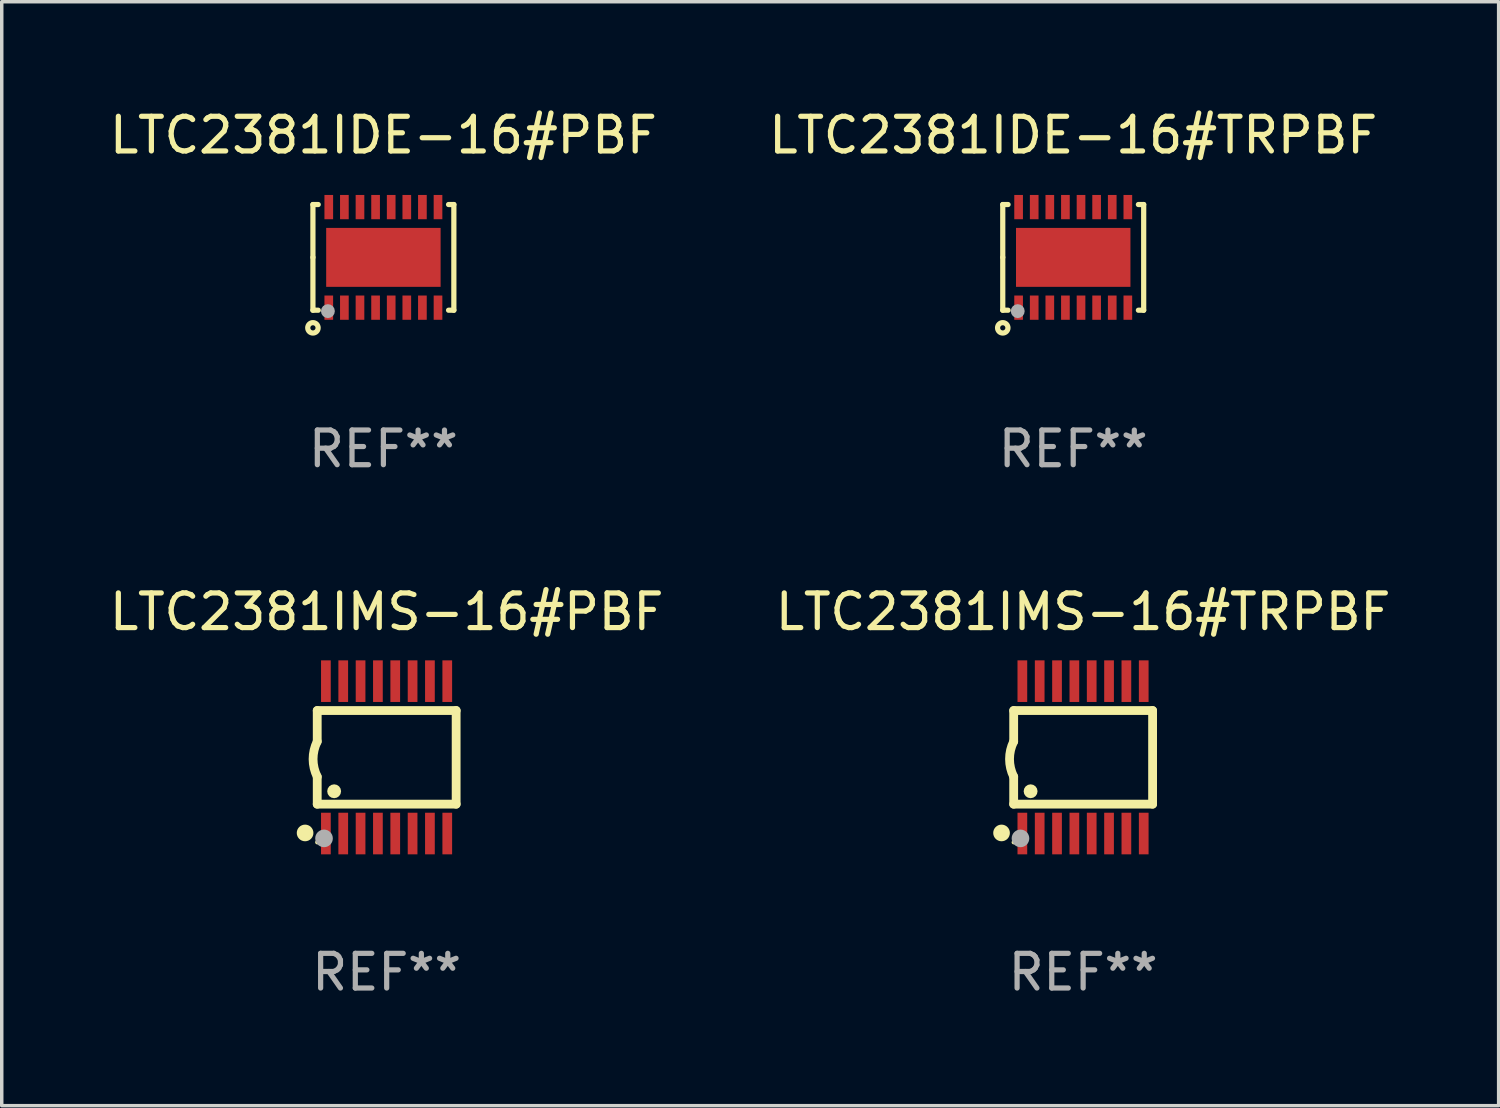
<source format=kicad_pcb>
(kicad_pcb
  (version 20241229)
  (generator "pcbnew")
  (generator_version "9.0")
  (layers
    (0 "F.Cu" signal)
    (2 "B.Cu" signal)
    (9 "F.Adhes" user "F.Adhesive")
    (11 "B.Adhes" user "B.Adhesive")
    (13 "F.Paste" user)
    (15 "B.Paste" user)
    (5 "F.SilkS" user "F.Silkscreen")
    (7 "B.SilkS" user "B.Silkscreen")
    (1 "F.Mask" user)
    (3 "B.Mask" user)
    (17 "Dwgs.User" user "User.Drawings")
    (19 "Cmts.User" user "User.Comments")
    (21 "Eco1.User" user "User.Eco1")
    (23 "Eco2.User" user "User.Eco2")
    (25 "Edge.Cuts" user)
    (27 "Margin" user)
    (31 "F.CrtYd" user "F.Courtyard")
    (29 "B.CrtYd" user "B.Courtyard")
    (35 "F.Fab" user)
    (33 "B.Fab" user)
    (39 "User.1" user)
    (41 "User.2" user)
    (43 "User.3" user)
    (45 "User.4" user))
  (footprint "LTC2381IMS-16#TRPBF"
    (layer "F.Cu")
    (at 28.185 18.79)
    (property "Reference" "LTC2381IMS-16#TRPBF" (at 0 -4.197 0) (layer "F.SilkS") (effects (font (size 1 1) (thickness 0.15))))
    (attr through_hole)
    (fp_line (start -2.003 -1.35) (end -2.003 -0.457) (stroke (width 0.254) (type solid)) (layer "F.SilkS"))
    (fp_line (start -2.003 -1.35) (end 2.003 -1.35) (stroke (width 0.254) (type solid)) (layer "F.SilkS"))
    (fp_line (start -2.003 1.35) (end -2.003 0.559) (stroke (width 0.254) (type solid)) (layer "F.SilkS"))
    (fp_line (start -2.003 1.35) (end 2.003 1.35) (stroke (width 0.254) (type solid)) (layer "F.SilkS"))
    (fp_line (start 2.003 -1.35) (end 2.003 1.35) (stroke (width 0.254) (type solid)) (layer "F.SilkS"))
    (fp_arc (start -2.002286 0.558802) (mid -2.122556 0.05092) (end -2.003302 -0.457201) (stroke (width 0.254001) (type solid)) (layer "F.SilkS"))
    (fp_circle (center -2.353 2.18) (end -2.233 2.18) (stroke (width 0.24) (type solid)) (fill no) (layer "F.SilkS"))
    (fp_circle (center -2.003 2.45) (end -1.973 2.45) (stroke (width 0.06) (type solid)) (fill no) (layer "F.SilkS"))
    (fp_circle (center -1.515 0.978) (end -1.415 0.978) (stroke (width 0.2) (type solid)) (fill no) (layer "F.SilkS"))
    (fp_circle (center -1.807 2.337) (end -1.68 2.337) (stroke (width 0.254) (type solid)) (fill no) (layer "F.Fab"))
    (fp_text user "REF**" (at 0 6.197 0) (layer "F.Fab") (effects (font (size 1 1) (thickness 0.15))))
    (pad "1" smd rect (at -1.753 2.197 90) (size 1.2 0.28) (layers "F.Cu" "F.Mask" "F.Paste"))
    (pad "2" smd rect (at -1.253 2.197 90) (size 1.2 0.28) (layers "F.Cu" "F.Mask" "F.Paste"))
    (pad "3" smd rect (at -0.753 2.197 90) (size 1.2 0.28) (layers "F.Cu" "F.Mask" "F.Paste"))
    (pad "4" smd rect (at -0.253 2.197 90) (size 1.2 0.28) (layers "F.Cu" "F.Mask" "F.Paste"))
    (pad "5" smd rect (at 0.247 2.197 90) (size 1.2 0.28) (layers "F.Cu" "F.Mask" "F.Paste"))
    (pad "6" smd rect (at 0.747 2.197 90) (size 1.2 0.28) (layers "F.Cu" "F.Mask" "F.Paste"))
    (pad "7" smd rect (at 1.247 2.197 90) (size 1.2 0.28) (layers "F.Cu" "F.Mask" "F.Paste"))
    (pad "8" smd rect (at 1.747 2.197 90) (size 1.2 0.28) (layers "F.Cu" "F.Mask" "F.Paste"))
    (pad "9" smd rect (at 1.747 -2.197 90) (size 1.2 0.28) (layers "F.Cu" "F.Mask" "F.Paste"))
    (pad "10" smd rect (at 1.247 -2.197 90) (size 1.2 0.28) (layers "F.Cu" "F.Mask" "F.Paste"))
    (pad "11" smd rect (at 0.747 -2.197 90) (size 1.2 0.28) (layers "F.Cu" "F.Mask" "F.Paste"))
    (pad "12" smd rect (at 0.247 -2.197 90) (size 1.2 0.28) (layers "F.Cu" "F.Mask" "F.Paste"))
    (pad "13" smd rect (at -0.253 -2.197 90) (size 1.2 0.28) (layers "F.Cu" "F.Mask" "F.Paste"))
    (pad "14" smd rect (at -0.753 -2.197 90) (size 1.2 0.28) (layers "F.Cu" "F.Mask" "F.Paste"))
    (pad "15" smd rect (at -1.253 -2.197 90) (size 1.2 0.28) (layers "F.Cu" "F.Mask" "F.Paste"))
    (pad "16" smd rect (at -1.753 -2.197 90) (size 1.2 0.28) (layers "F.Cu" "F.Mask" "F.Paste")))
  (footprint "LTC2381IDE-16#TRPBF"
    (layer "F.Cu")
    (at 27.899 4.372)
    (property "Reference" "LTC2381IDE-16#TRPBF" (at 0 -3.524 0) (layer "F.SilkS") (effects (font (size 1 1) (thickness 0.15))))
    (attr through_hole)
    (fp_line (start -2.032 -1.524) (end -1.879 -1.524) (stroke (width 0.15) (type solid)) (layer "F.SilkS"))
    (fp_line (start -2.032 0) (end -2.032 -1.524) (stroke (width 0.15) (type solid)) (layer "F.SilkS"))
    (fp_line (start -2.032 1.524) (end -2.032 0) (stroke (width 0.15) (type solid)) (layer "F.SilkS"))
    (fp_line (start -1.879 1.524) (end -2.032 1.524) (stroke (width 0.15) (type solid)) (layer "F.SilkS"))
    (fp_line (start 1.879 -1.524) (end 2.032 -1.524) (stroke (width 0.15) (type solid)) (layer "F.SilkS"))
    (fp_line (start 2.032 -1.524) (end 2.032 1.524) (stroke (width 0.15) (type solid)) (layer "F.SilkS"))
    (fp_line (start 2.032 1.524) (end 1.879 1.524) (stroke (width 0.15) (type solid)) (layer "F.SilkS"))
    (fp_circle (center -2.032 2.032) (end -1.882 2.032) (stroke (width 0.15) (type solid)) (fill no) (layer "F.SilkS"))
    (fp_circle (center -2 1.5) (end -1.97 1.5) (stroke (width 0.06) (type solid)) (fill no) (layer "F.SilkS"))
    (fp_circle (center -1.6 1.55) (end -1.5 1.55) (stroke (width 0.2) (type solid)) (fill no) (layer "F.Fab"))
    (fp_text user "REF**" (at 0 5.524 0) (layer "F.Fab") (effects (font (size 1 1) (thickness 0.15))))
    (pad "1" smd rect (at -1.575 1.45 90) (size 0.7 0.25) (layers "F.Cu" "F.Mask" "F.Paste"))
    (pad "2" smd rect (at -1.125 1.45 90) (size 0.7 0.25) (layers "F.Cu" "F.Mask" "F.Paste"))
    (pad "3" smd rect (at -0.675 1.45 90) (size 0.7 0.25) (layers "F.Cu" "F.Mask" "F.Paste"))
    (pad "4" smd rect (at -0.225 1.45 90) (size 0.7 0.25) (layers "F.Cu" "F.Mask" "F.Paste"))
    (pad "5" smd rect (at 0.225 1.45 90) (size 0.7 0.25) (layers "F.Cu" "F.Mask" "F.Paste"))
    (pad "6" smd rect (at 0.675 1.45 90) (size 0.7 0.25) (layers "F.Cu" "F.Mask" "F.Paste"))
    (pad "7" smd rect (at 1.125 1.45 90) (size 0.7 0.25) (layers "F.Cu" "F.Mask" "F.Paste"))
    (pad "8" smd rect (at 1.575 1.45 90) (size 0.7 0.25) (layers "F.Cu" "F.Mask" "F.Paste"))
    (pad "9" smd rect (at 1.575 -1.45 90) (size 0.7 0.25) (layers "F.Cu" "F.Mask" "F.Paste"))
    (pad "10" smd rect (at 1.125 -1.45 90) (size 0.7 0.25) (layers "F.Cu" "F.Mask" "F.Paste"))
    (pad "11" smd rect (at 0.675 -1.45 90) (size 0.7 0.25) (layers "F.Cu" "F.Mask" "F.Paste"))
    (pad "12" smd rect (at 0.225 -1.45 90) (size 0.7 0.25) (layers "F.Cu" "F.Mask" "F.Paste"))
    (pad "13" smd rect (at -0.225 -1.45 90) (size 0.7 0.25) (layers "F.Cu" "F.Mask" "F.Paste"))
    (pad "14" smd rect (at -0.675 -1.45 90) (size 0.7 0.25) (layers "F.Cu" "F.Mask" "F.Paste"))
    (pad "15" smd rect (at -1.125 -1.45 90) (size 0.7 0.25) (layers "F.Cu" "F.Mask" "F.Paste"))
    (pad "16" smd rect (at -1.575 -1.45 90) (size 0.7 0.25) (layers "F.Cu" "F.Mask" "F.Paste"))
    (pad "17" smd rect (at 0.000127 0 90) (size 1.7 3.3) (layers "F.Cu" "F.Mask" "F.Paste")))
  (footprint "LTC2381IMS-16#PBF"
    (layer "F.Cu")
    (at 8.101 18.79)
    (property "Reference" "LTC2381IMS-16#PBF" (at 0 -4.197 0) (layer "F.SilkS") (effects (font (size 1 1) (thickness 0.15))))
    (attr through_hole)
    (fp_line (start -2.003 -1.35) (end -2.003 -0.457) (stroke (width 0.254) (type solid)) (layer "F.SilkS"))
    (fp_line (start -2.003 -1.35) (end 2.003 -1.35) (stroke (width 0.254) (type solid)) (layer "F.SilkS"))
    (fp_line (start -2.003 1.35) (end -2.003 0.559) (stroke (width 0.254) (type solid)) (layer "F.SilkS"))
    (fp_line (start -2.003 1.35) (end 2.003 1.35) (stroke (width 0.254) (type solid)) (layer "F.SilkS"))
    (fp_line (start 2.003 -1.35) (end 2.003 1.35) (stroke (width 0.254) (type solid)) (layer "F.SilkS"))
    (fp_arc (start -2.002286 0.558802) (mid -2.122556 0.05092) (end -2.003302 -0.457201) (stroke (width 0.254001) (type solid)) (layer "F.SilkS"))
    (fp_circle (center -2.353 2.18) (end -2.233 2.18) (stroke (width 0.24) (type solid)) (fill no) (layer "F.SilkS"))
    (fp_circle (center -2.003 2.45) (end -1.973 2.45) (stroke (width 0.06) (type solid)) (fill no) (layer "F.SilkS"))
    (fp_circle (center -1.515 0.978) (end -1.415 0.978) (stroke (width 0.2) (type solid)) (fill no) (layer "F.SilkS"))
    (fp_circle (center -1.807 2.337) (end -1.68 2.337) (stroke (width 0.254) (type solid)) (fill no) (layer "F.Fab"))
    (fp_text user "REF**" (at 0 6.197 0) (layer "F.Fab") (effects (font (size 1 1) (thickness 0.15))))
    (pad "1" smd rect (at -1.753 2.197 90) (size 1.2 0.28) (layers "F.Cu" "F.Mask" "F.Paste"))
    (pad "2" smd rect (at -1.253 2.197 90) (size 1.2 0.28) (layers "F.Cu" "F.Mask" "F.Paste"))
    (pad "3" smd rect (at -0.753 2.197 90) (size 1.2 0.28) (layers "F.Cu" "F.Mask" "F.Paste"))
    (pad "4" smd rect (at -0.253 2.197 90) (size 1.2 0.28) (layers "F.Cu" "F.Mask" "F.Paste"))
    (pad "5" smd rect (at 0.247 2.197 90) (size 1.2 0.28) (layers "F.Cu" "F.Mask" "F.Paste"))
    (pad "6" smd rect (at 0.747 2.197 90) (size 1.2 0.28) (layers "F.Cu" "F.Mask" "F.Paste"))
    (pad "7" smd rect (at 1.247 2.197 90) (size 1.2 0.28) (layers "F.Cu" "F.Mask" "F.Paste"))
    (pad "8" smd rect (at 1.747 2.197 90) (size 1.2 0.28) (layers "F.Cu" "F.Mask" "F.Paste"))
    (pad "9" smd rect (at 1.747 -2.197 90) (size 1.2 0.28) (layers "F.Cu" "F.Mask" "F.Paste"))
    (pad "10" smd rect (at 1.247 -2.197 90) (size 1.2 0.28) (layers "F.Cu" "F.Mask" "F.Paste"))
    (pad "11" smd rect (at 0.747 -2.197 90) (size 1.2 0.28) (layers "F.Cu" "F.Mask" "F.Paste"))
    (pad "12" smd rect (at 0.247 -2.197 90) (size 1.2 0.28) (layers "F.Cu" "F.Mask" "F.Paste"))
    (pad "13" smd rect (at -0.253 -2.197 90) (size 1.2 0.28) (layers "F.Cu" "F.Mask" "F.Paste"))
    (pad "14" smd rect (at -0.753 -2.197 90) (size 1.2 0.28) (layers "F.Cu" "F.Mask" "F.Paste"))
    (pad "15" smd rect (at -1.253 -2.197 90) (size 1.2 0.28) (layers "F.Cu" "F.Mask" "F.Paste"))
    (pad "16" smd rect (at -1.753 -2.197 90) (size 1.2 0.28) (layers "F.Cu" "F.Mask" "F.Paste")))
  (footprint "LTC2381IDE-16#PBF"
    (layer "F.Cu")
    (at 8.006 4.372)
    (property "Reference" "LTC2381IDE-16#PBF" (at 0 -3.524 0) (layer "F.SilkS") (effects (font (size 1 1) (thickness 0.15))))
    (attr through_hole)
    (fp_line (start -2.032 -1.524) (end -1.879 -1.524) (stroke (width 0.15) (type solid)) (layer "F.SilkS"))
    (fp_line (start -2.032 0) (end -2.032 -1.524) (stroke (width 0.15) (type solid)) (layer "F.SilkS"))
    (fp_line (start -2.032 1.524) (end -2.032 0) (stroke (width 0.15) (type solid)) (layer "F.SilkS"))
    (fp_line (start -1.879 1.524) (end -2.032 1.524) (stroke (width 0.15) (type solid)) (layer "F.SilkS"))
    (fp_line (start 1.879 -1.524) (end 2.032 -1.524) (stroke (width 0.15) (type solid)) (layer "F.SilkS"))
    (fp_line (start 2.032 -1.524) (end 2.032 1.524) (stroke (width 0.15) (type solid)) (layer "F.SilkS"))
    (fp_line (start 2.032 1.524) (end 1.879 1.524) (stroke (width 0.15) (type solid)) (layer "F.SilkS"))
    (fp_circle (center -2.032 2.032) (end -1.882 2.032) (stroke (width 0.15) (type solid)) (fill no) (layer "F.SilkS"))
    (fp_circle (center -2 1.5) (end -1.97 1.5) (stroke (width 0.06) (type solid)) (fill no) (layer "F.SilkS"))
    (fp_circle (center -1.6 1.55) (end -1.5 1.55) (stroke (width 0.2) (type solid)) (fill no) (layer "F.Fab"))
    (fp_text user "REF**" (at 0 5.524 0) (layer "F.Fab") (effects (font (size 1 1) (thickness 0.15))))
    (pad "1" smd rect (at -1.575 1.45 90) (size 0.7 0.25) (layers "F.Cu" "F.Mask" "F.Paste"))
    (pad "2" smd rect (at -1.125 1.45 90) (size 0.7 0.25) (layers "F.Cu" "F.Mask" "F.Paste"))
    (pad "3" smd rect (at -0.675 1.45 90) (size 0.7 0.25) (layers "F.Cu" "F.Mask" "F.Paste"))
    (pad "4" smd rect (at -0.225 1.45 90) (size 0.7 0.25) (layers "F.Cu" "F.Mask" "F.Paste"))
    (pad "5" smd rect (at 0.225 1.45 90) (size 0.7 0.25) (layers "F.Cu" "F.Mask" "F.Paste"))
    (pad "6" smd rect (at 0.675 1.45 90) (size 0.7 0.25) (layers "F.Cu" "F.Mask" "F.Paste"))
    (pad "7" smd rect (at 1.125 1.45 90) (size 0.7 0.25) (layers "F.Cu" "F.Mask" "F.Paste"))
    (pad "8" smd rect (at 1.575 1.45 90) (size 0.7 0.25) (layers "F.Cu" "F.Mask" "F.Paste"))
    (pad "9" smd rect (at 1.575 -1.45 90) (size 0.7 0.25) (layers "F.Cu" "F.Mask" "F.Paste"))
    (pad "10" smd rect (at 1.125 -1.45 90) (size 0.7 0.25) (layers "F.Cu" "F.Mask" "F.Paste"))
    (pad "11" smd rect (at 0.675 -1.45 90) (size 0.7 0.25) (layers "F.Cu" "F.Mask" "F.Paste"))
    (pad "12" smd rect (at 0.225 -1.45 90) (size 0.7 0.25) (layers "F.Cu" "F.Mask" "F.Paste"))
    (pad "13" smd rect (at -0.225 -1.45 90) (size 0.7 0.25) (layers "F.Cu" "F.Mask" "F.Paste"))
    (pad "14" smd rect (at -0.675 -1.45 90) (size 0.7 0.25) (layers "F.Cu" "F.Mask" "F.Paste"))
    (pad "15" smd rect (at -1.125 -1.45 90) (size 0.7 0.25) (layers "F.Cu" "F.Mask" "F.Paste"))
    (pad "16" smd rect (at -1.575 -1.45 90) (size 0.7 0.25) (layers "F.Cu" "F.Mask" "F.Paste"))
    (pad "17" smd rect (at 0.000127 0 90) (size 1.7 3.3) (layers "F.Cu" "F.Mask" "F.Paste")))
  (gr_rect
    (start -3 -3)
    (end 40.167 28.835)
    (stroke (width 0.1) (type default))
    (fill no)
    (layer "Edge.Cuts")))
</source>
